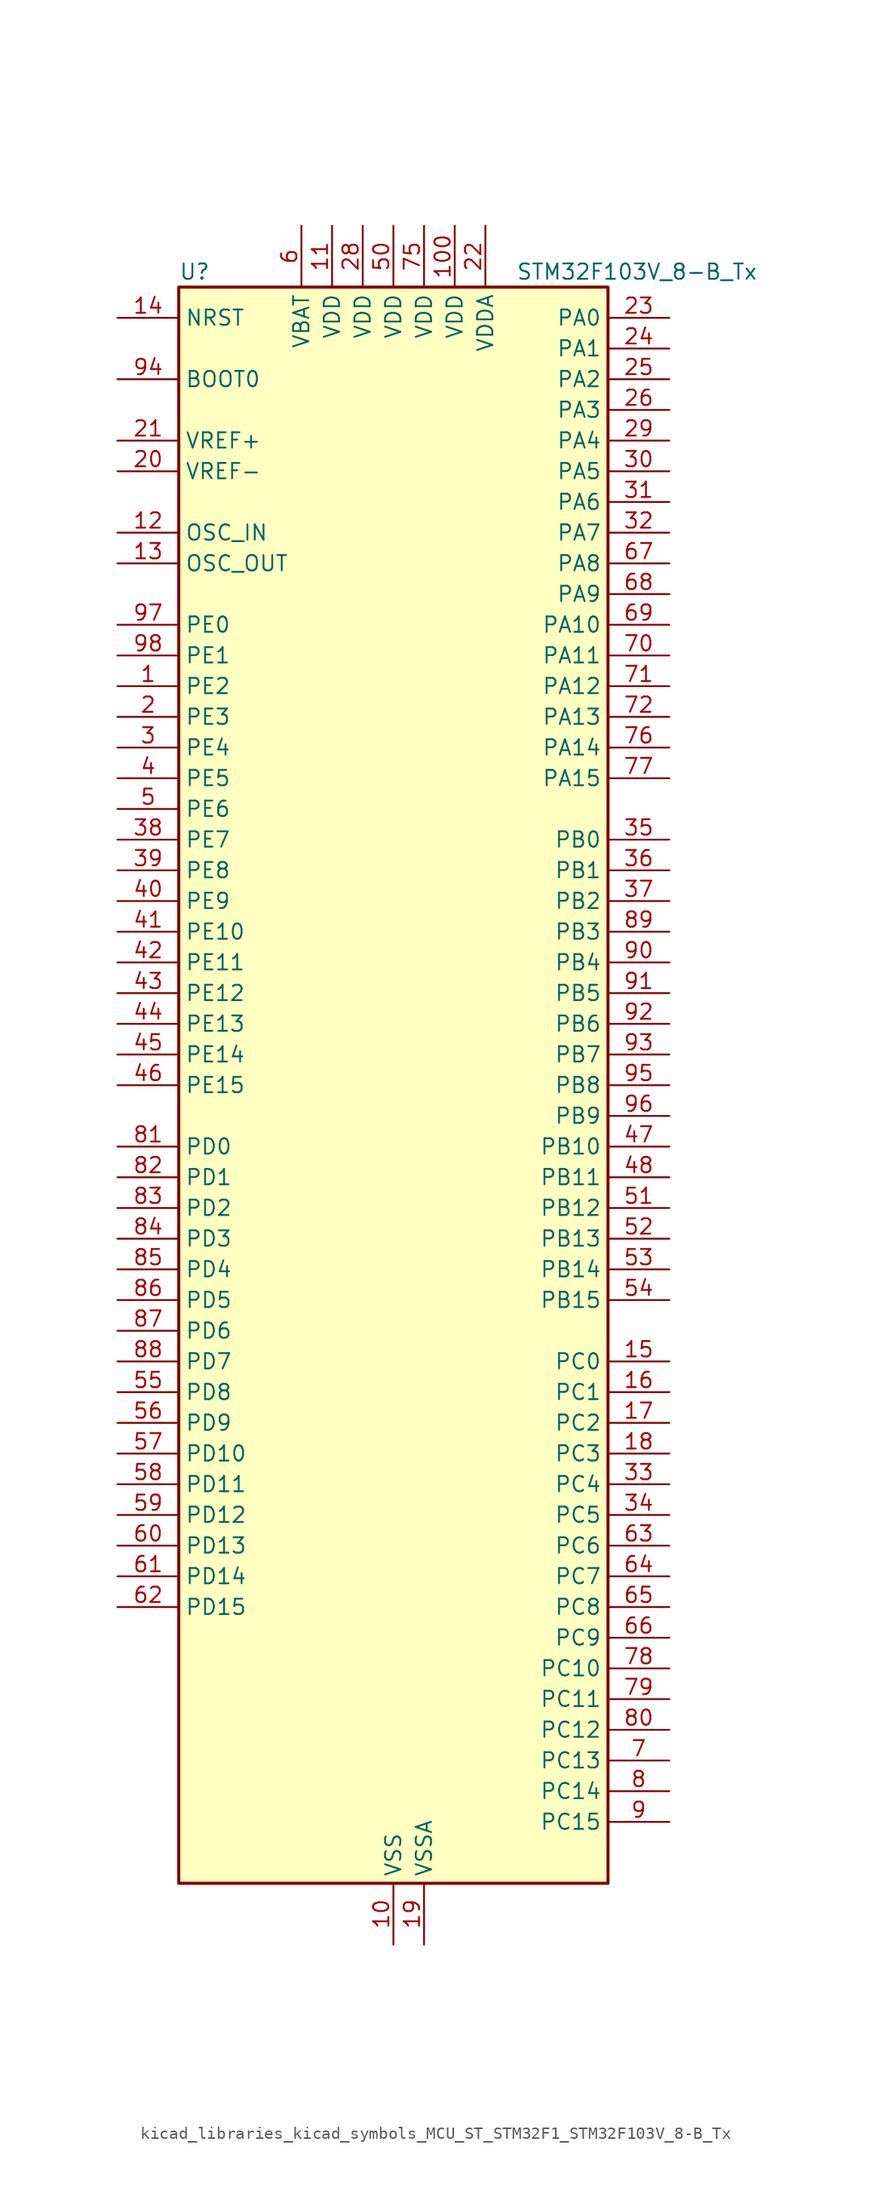
<source format=kicad_sym>
(kicad_symbol_lib
  (version 20220914)
  (generator kicad_symbol_editor)
  (symbol "kicad_libraries_kicad_symbols_MCU_ST_STM32F1_STM32F103V_8-B_Tx"
    (property "Reference" "U"
      (at -17.78 67.31 0)
      (effects (font (size 1.27 1.27)) (justify left)))
    (property "Value" "STM32F103V_8-B_Tx"
      (at 10.16 67.31 0)
      (effects (font (size 1.27 1.27)) (justify left)))
    (property "ki_locked" ""
      (at 0 0 0)
      (effects (font (size 1.27 1.27))))
    (symbol "kicad_libraries_kicad_symbols_MCU_ST_STM32F1_STM32F103V_8-B_Tx_0_1"
      (rectangle (start -17.78 -66.04) (end 17.78 66.04) (stroke (width 0.254) (type default)) (fill (type background))))
    (symbol "kicad_libraries_kicad_symbols_MCU_ST_STM32F1_STM32F103V_8-B_Tx_1_1"
      (pin bidirectional line (at -22.86 33.02 0) (length 5.08) (name "PE2" (effects (font (size 1.27 1.27)))) (number "1" (effects (font (size 1.27 1.27)))) (alternate "SYS_TRACECLK" bidirectional line))
      (pin power_in line (at 0 -71.12 90) (length 5.08) (name "VSS" (effects (font (size 1.27 1.27)))) (number "10" (effects (font (size 1.27 1.27)))))
      (pin power_in line (at 5.08 71.12 270) (length 5.08) (name "VDD" (effects (font (size 1.27 1.27)))) (number "100" (effects (font (size 1.27 1.27)))))
      (pin power_in line (at -5.08 71.12 270) (length 5.08) (name "VDD" (effects (font (size 1.27 1.27)))) (number "11" (effects (font (size 1.27 1.27)))))
      (pin input line (at -22.86 45.72 0) (length 5.08) (name "OSC_IN" (effects (font (size 1.27 1.27)))) (number "12" (effects (font (size 1.27 1.27)))) (alternate "RCC_OSC_IN" bidirectional line))
      (pin input line (at -22.86 43.18 0) (length 5.08) (name "OSC_OUT" (effects (font (size 1.27 1.27)))) (number "13" (effects (font (size 1.27 1.27)))) (alternate "RCC_OSC_OUT" bidirectional line))
      (pin input line (at -22.86 63.5 0) (length 5.08) (name "NRST" (effects (font (size 1.27 1.27)))) (number "14" (effects (font (size 1.27 1.27)))))
      (pin bidirectional line (at 22.86 -22.86 180) (length 5.08) (name "PC0" (effects (font (size 1.27 1.27)))) (number "15" (effects (font (size 1.27 1.27)))) (alternate "ADC1_IN10" bidirectional line) (alternate "ADC2_IN10" bidirectional line))
      (pin bidirectional line (at 22.86 -25.4 180) (length 5.08) (name "PC1" (effects (font (size 1.27 1.27)))) (number "16" (effects (font (size 1.27 1.27)))) (alternate "ADC1_IN11" bidirectional line) (alternate "ADC2_IN11" bidirectional line))
      (pin bidirectional line (at 22.86 -27.94 180) (length 5.08) (name "PC2" (effects (font (size 1.27 1.27)))) (number "17" (effects (font (size 1.27 1.27)))) (alternate "ADC1_IN12" bidirectional line) (alternate "ADC2_IN12" bidirectional line))
      (pin bidirectional line (at 22.86 -30.48 180) (length 5.08) (name "PC3" (effects (font (size 1.27 1.27)))) (number "18" (effects (font (size 1.27 1.27)))) (alternate "ADC1_IN13" bidirectional line) (alternate "ADC2_IN13" bidirectional line))
      (pin power_in line (at 2.54 -71.12 90) (length 5.08) (name "VSSA" (effects (font (size 1.27 1.27)))) (number "19" (effects (font (size 1.27 1.27)))))
      (pin bidirectional line (at -22.86 30.48 0) (length 5.08) (name "PE3" (effects (font (size 1.27 1.27)))) (number "2" (effects (font (size 1.27 1.27)))) (alternate "SYS_TRACED0" bidirectional line))
      (pin input line (at -22.86 50.8 0) (length 5.08) (name "VREF-" (effects (font (size 1.27 1.27)))) (number "20" (effects (font (size 1.27 1.27)))))
      (pin input line (at -22.86 53.34 0) (length 5.08) (name "VREF+" (effects (font (size 1.27 1.27)))) (number "21" (effects (font (size 1.27 1.27)))))
      (pin power_in line (at 7.62 71.12 270) (length 5.08) (name "VDDA" (effects (font (size 1.27 1.27)))) (number "22" (effects (font (size 1.27 1.27)))))
      (pin bidirectional line (at 22.86 63.5 180) (length 5.08) (name "PA0" (effects (font (size 1.27 1.27)))) (number "23" (effects (font (size 1.27 1.27)))) (alternate "ADC1_IN0" bidirectional line) (alternate "ADC2_IN0" bidirectional line) (alternate "SYS_WKUP" bidirectional line) (alternate "TIM2_CH1" bidirectional line) (alternate "TIM2_ETR" bidirectional line) (alternate "USART2_CTS" bidirectional line))
      (pin bidirectional line (at 22.86 60.96 180) (length 5.08) (name "PA1" (effects (font (size 1.27 1.27)))) (number "24" (effects (font (size 1.27 1.27)))) (alternate "ADC1_IN1" bidirectional line) (alternate "ADC2_IN1" bidirectional line) (alternate "TIM2_CH2" bidirectional line) (alternate "USART2_RTS" bidirectional line))
      (pin bidirectional line (at 22.86 58.42 180) (length 5.08) (name "PA2" (effects (font (size 1.27 1.27)))) (number "25" (effects (font (size 1.27 1.27)))) (alternate "ADC1_IN2" bidirectional line) (alternate "ADC2_IN2" bidirectional line) (alternate "TIM2_CH3" bidirectional line) (alternate "USART2_TX" bidirectional line))
      (pin bidirectional line (at 22.86 55.88 180) (length 5.08) (name "PA3" (effects (font (size 1.27 1.27)))) (number "26" (effects (font (size 1.27 1.27)))) (alternate "ADC1_IN3" bidirectional line) (alternate "ADC2_IN3" bidirectional line) (alternate "TIM2_CH4" bidirectional line) (alternate "USART2_RX" bidirectional line))
      (pin passive line (at 0 -71.12 90) (length 5.08) hide (name "VSS" (effects (font (size 1.27 1.27)))) (number "27" (effects (font (size 1.27 1.27)))))
      (pin power_in line (at -2.54 71.12 270) (length 5.08) (name "VDD" (effects (font (size 1.27 1.27)))) (number "28" (effects (font (size 1.27 1.27)))))
      (pin bidirectional line (at 22.86 53.34 180) (length 5.08) (name "PA4" (effects (font (size 1.27 1.27)))) (number "29" (effects (font (size 1.27 1.27)))) (alternate "ADC1_IN4" bidirectional line) (alternate "ADC2_IN4" bidirectional line) (alternate "SPI1_NSS" bidirectional line) (alternate "USART2_CK" bidirectional line))
      (pin bidirectional line (at -22.86 27.94 0) (length 5.08) (name "PE4" (effects (font (size 1.27 1.27)))) (number "3" (effects (font (size 1.27 1.27)))) (alternate "SYS_TRACED1" bidirectional line))
      (pin bidirectional line (at 22.86 50.8 180) (length 5.08) (name "PA5" (effects (font (size 1.27 1.27)))) (number "30" (effects (font (size 1.27 1.27)))) (alternate "ADC1_IN5" bidirectional line) (alternate "ADC2_IN5" bidirectional line) (alternate "SPI1_SCK" bidirectional line))
      (pin bidirectional line (at 22.86 48.26 180) (length 5.08) (name "PA6" (effects (font (size 1.27 1.27)))) (number "31" (effects (font (size 1.27 1.27)))) (alternate "ADC1_IN6" bidirectional line) (alternate "ADC2_IN6" bidirectional line) (alternate "SPI1_MISO" bidirectional line) (alternate "TIM1_BKIN" bidirectional line) (alternate "TIM3_CH1" bidirectional line))
      (pin bidirectional line (at 22.86 45.72 180) (length 5.08) (name "PA7" (effects (font (size 1.27 1.27)))) (number "32" (effects (font (size 1.27 1.27)))) (alternate "ADC1_IN7" bidirectional line) (alternate "ADC2_IN7" bidirectional line) (alternate "SPI1_MOSI" bidirectional line) (alternate "TIM1_CH1N" bidirectional line) (alternate "TIM3_CH2" bidirectional line))
      (pin bidirectional line (at 22.86 -33.02 180) (length 5.08) (name "PC4" (effects (font (size 1.27 1.27)))) (number "33" (effects (font (size 1.27 1.27)))) (alternate "ADC1_IN14" bidirectional line) (alternate "ADC2_IN14" bidirectional line))
      (pin bidirectional line (at 22.86 -35.56 180) (length 5.08) (name "PC5" (effects (font (size 1.27 1.27)))) (number "34" (effects (font (size 1.27 1.27)))) (alternate "ADC1_IN15" bidirectional line) (alternate "ADC2_IN15" bidirectional line))
      (pin bidirectional line (at 22.86 20.32 180) (length 5.08) (name "PB0" (effects (font (size 1.27 1.27)))) (number "35" (effects (font (size 1.27 1.27)))) (alternate "ADC1_IN8" bidirectional line) (alternate "ADC2_IN8" bidirectional line) (alternate "TIM1_CH2N" bidirectional line) (alternate "TIM3_CH3" bidirectional line))
      (pin bidirectional line (at 22.86 17.78 180) (length 5.08) (name "PB1" (effects (font (size 1.27 1.27)))) (number "36" (effects (font (size 1.27 1.27)))) (alternate "ADC1_IN9" bidirectional line) (alternate "ADC2_IN9" bidirectional line) (alternate "TIM1_CH3N" bidirectional line) (alternate "TIM3_CH4" bidirectional line))
      (pin bidirectional line (at 22.86 15.24 180) (length 5.08) (name "PB2" (effects (font (size 1.27 1.27)))) (number "37" (effects (font (size 1.27 1.27)))))
      (pin bidirectional line (at -22.86 20.32 0) (length 5.08) (name "PE7" (effects (font (size 1.27 1.27)))) (number "38" (effects (font (size 1.27 1.27)))) (alternate "TIM1_ETR" bidirectional line))
      (pin bidirectional line (at -22.86 17.78 0) (length 5.08) (name "PE8" (effects (font (size 1.27 1.27)))) (number "39" (effects (font (size 1.27 1.27)))) (alternate "TIM1_CH1N" bidirectional line))
      (pin bidirectional line (at -22.86 25.4 0) (length 5.08) (name "PE5" (effects (font (size 1.27 1.27)))) (number "4" (effects (font (size 1.27 1.27)))) (alternate "SYS_TRACED2" bidirectional line))
      (pin bidirectional line (at -22.86 15.24 0) (length 5.08) (name "PE9" (effects (font (size 1.27 1.27)))) (number "40" (effects (font (size 1.27 1.27)))) (alternate "TIM1_CH1" bidirectional line))
      (pin bidirectional line (at -22.86 12.7 0) (length 5.08) (name "PE10" (effects (font (size 1.27 1.27)))) (number "41" (effects (font (size 1.27 1.27)))) (alternate "TIM1_CH2N" bidirectional line))
      (pin bidirectional line (at -22.86 10.16 0) (length 5.08) (name "PE11" (effects (font (size 1.27 1.27)))) (number "42" (effects (font (size 1.27 1.27)))) (alternate "ADC1_EXTI11" bidirectional line) (alternate "ADC2_EXTI11" bidirectional line) (alternate "TIM1_CH2" bidirectional line))
      (pin bidirectional line (at -22.86 7.62 0) (length 5.08) (name "PE12" (effects (font (size 1.27 1.27)))) (number "43" (effects (font (size 1.27 1.27)))) (alternate "TIM1_CH3N" bidirectional line))
      (pin bidirectional line (at -22.86 5.08 0) (length 5.08) (name "PE13" (effects (font (size 1.27 1.27)))) (number "44" (effects (font (size 1.27 1.27)))) (alternate "TIM1_CH3" bidirectional line))
      (pin bidirectional line (at -22.86 2.54 0) (length 5.08) (name "PE14" (effects (font (size 1.27 1.27)))) (number "45" (effects (font (size 1.27 1.27)))) (alternate "TIM1_CH4" bidirectional line))
      (pin bidirectional line (at -22.86 0 0) (length 5.08) (name "PE15" (effects (font (size 1.27 1.27)))) (number "46" (effects (font (size 1.27 1.27)))) (alternate "ADC1_EXTI15" bidirectional line) (alternate "ADC2_EXTI15" bidirectional line) (alternate "TIM1_BKIN" bidirectional line))
      (pin bidirectional line (at 22.86 -5.08 180) (length 5.08) (name "PB10" (effects (font (size 1.27 1.27)))) (number "47" (effects (font (size 1.27 1.27)))) (alternate "I2C2_SCL" bidirectional line) (alternate "TIM2_CH3" bidirectional line) (alternate "USART3_TX" bidirectional line))
      (pin bidirectional line (at 22.86 -7.62 180) (length 5.08) (name "PB11" (effects (font (size 1.27 1.27)))) (number "48" (effects (font (size 1.27 1.27)))) (alternate "ADC1_EXTI11" bidirectional line) (alternate "ADC2_EXTI11" bidirectional line) (alternate "I2C2_SDA" bidirectional line) (alternate "TIM2_CH4" bidirectional line) (alternate "USART3_RX" bidirectional line))
      (pin passive line (at 0 -71.12 90) (length 5.08) hide (name "VSS" (effects (font (size 1.27 1.27)))) (number "49" (effects (font (size 1.27 1.27)))))
      (pin bidirectional line (at -22.86 22.86 0) (length 5.08) (name "PE6" (effects (font (size 1.27 1.27)))) (number "5" (effects (font (size 1.27 1.27)))) (alternate "SYS_TRACED3" bidirectional line))
      (pin power_in line (at 0 71.12 270) (length 5.08) (name "VDD" (effects (font (size 1.27 1.27)))) (number "50" (effects (font (size 1.27 1.27)))))
      (pin bidirectional line (at 22.86 -10.16 180) (length 5.08) (name "PB12" (effects (font (size 1.27 1.27)))) (number "51" (effects (font (size 1.27 1.27)))) (alternate "I2C2_SMBA" bidirectional line) (alternate "SPI2_NSS" bidirectional line) (alternate "TIM1_BKIN" bidirectional line) (alternate "USART3_CK" bidirectional line))
      (pin bidirectional line (at 22.86 -12.7 180) (length 5.08) (name "PB13" (effects (font (size 1.27 1.27)))) (number "52" (effects (font (size 1.27 1.27)))) (alternate "SPI2_SCK" bidirectional line) (alternate "TIM1_CH1N" bidirectional line) (alternate "USART3_CTS" bidirectional line))
      (pin bidirectional line (at 22.86 -15.24 180) (length 5.08) (name "PB14" (effects (font (size 1.27 1.27)))) (number "53" (effects (font (size 1.27 1.27)))) (alternate "SPI2_MISO" bidirectional line) (alternate "TIM1_CH2N" bidirectional line) (alternate "USART3_RTS" bidirectional line))
      (pin bidirectional line (at 22.86 -17.78 180) (length 5.08) (name "PB15" (effects (font (size 1.27 1.27)))) (number "54" (effects (font (size 1.27 1.27)))) (alternate "ADC1_EXTI15" bidirectional line) (alternate "ADC2_EXTI15" bidirectional line) (alternate "SPI2_MOSI" bidirectional line) (alternate "TIM1_CH3N" bidirectional line))
      (pin bidirectional line (at -22.86 -25.4 0) (length 5.08) (name "PD8" (effects (font (size 1.27 1.27)))) (number "55" (effects (font (size 1.27 1.27)))) (alternate "USART3_TX" bidirectional line))
      (pin bidirectional line (at -22.86 -27.94 0) (length 5.08) (name "PD9" (effects (font (size 1.27 1.27)))) (number "56" (effects (font (size 1.27 1.27)))) (alternate "USART3_RX" bidirectional line))
      (pin bidirectional line (at -22.86 -30.48 0) (length 5.08) (name "PD10" (effects (font (size 1.27 1.27)))) (number "57" (effects (font (size 1.27 1.27)))) (alternate "USART3_CK" bidirectional line))
      (pin bidirectional line (at -22.86 -33.02 0) (length 5.08) (name "PD11" (effects (font (size 1.27 1.27)))) (number "58" (effects (font (size 1.27 1.27)))) (alternate "ADC1_EXTI11" bidirectional line) (alternate "ADC2_EXTI11" bidirectional line) (alternate "USART3_CTS" bidirectional line))
      (pin bidirectional line (at -22.86 -35.56 0) (length 5.08) (name "PD12" (effects (font (size 1.27 1.27)))) (number "59" (effects (font (size 1.27 1.27)))) (alternate "TIM4_CH1" bidirectional line) (alternate "USART3_RTS" bidirectional line))
      (pin power_in line (at -7.62 71.12 270) (length 5.08) (name "VBAT" (effects (font (size 1.27 1.27)))) (number "6" (effects (font (size 1.27 1.27)))))
      (pin bidirectional line (at -22.86 -38.1 0) (length 5.08) (name "PD13" (effects (font (size 1.27 1.27)))) (number "60" (effects (font (size 1.27 1.27)))) (alternate "TIM4_CH2" bidirectional line))
      (pin bidirectional line (at -22.86 -40.64 0) (length 5.08) (name "PD14" (effects (font (size 1.27 1.27)))) (number "61" (effects (font (size 1.27 1.27)))) (alternate "TIM4_CH3" bidirectional line))
      (pin bidirectional line (at -22.86 -43.18 0) (length 5.08) (name "PD15" (effects (font (size 1.27 1.27)))) (number "62" (effects (font (size 1.27 1.27)))) (alternate "ADC1_EXTI15" bidirectional line) (alternate "ADC2_EXTI15" bidirectional line) (alternate "TIM4_CH4" bidirectional line))
      (pin bidirectional line (at 22.86 -38.1 180) (length 5.08) (name "PC6" (effects (font (size 1.27 1.27)))) (number "63" (effects (font (size 1.27 1.27)))) (alternate "TIM3_CH1" bidirectional line))
      (pin bidirectional line (at 22.86 -40.64 180) (length 5.08) (name "PC7" (effects (font (size 1.27 1.27)))) (number "64" (effects (font (size 1.27 1.27)))) (alternate "TIM3_CH2" bidirectional line))
      (pin bidirectional line (at 22.86 -43.18 180) (length 5.08) (name "PC8" (effects (font (size 1.27 1.27)))) (number "65" (effects (font (size 1.27 1.27)))) (alternate "TIM3_CH3" bidirectional line))
      (pin bidirectional line (at 22.86 -45.72 180) (length 5.08) (name "PC9" (effects (font (size 1.27 1.27)))) (number "66" (effects (font (size 1.27 1.27)))) (alternate "TIM3_CH4" bidirectional line))
      (pin bidirectional line (at 22.86 43.18 180) (length 5.08) (name "PA8" (effects (font (size 1.27 1.27)))) (number "67" (effects (font (size 1.27 1.27)))) (alternate "RCC_MCO" bidirectional line) (alternate "TIM1_CH1" bidirectional line) (alternate "USART1_CK" bidirectional line))
      (pin bidirectional line (at 22.86 40.64 180) (length 5.08) (name "PA9" (effects (font (size 1.27 1.27)))) (number "68" (effects (font (size 1.27 1.27)))) (alternate "TIM1_CH2" bidirectional line) (alternate "USART1_TX" bidirectional line))
      (pin bidirectional line (at 22.86 38.1 180) (length 5.08) (name "PA10" (effects (font (size 1.27 1.27)))) (number "69" (effects (font (size 1.27 1.27)))) (alternate "TIM1_CH3" bidirectional line) (alternate "USART1_RX" bidirectional line))
      (pin bidirectional line (at 22.86 -55.88 180) (length 5.08) (name "PC13" (effects (font (size 1.27 1.27)))) (number "7" (effects (font (size 1.27 1.27)))) (alternate "RTC_OUT" bidirectional line) (alternate "RTC_TAMPER" bidirectional line))
      (pin bidirectional line (at 22.86 35.56 180) (length 5.08) (name "PA11" (effects (font (size 1.27 1.27)))) (number "70" (effects (font (size 1.27 1.27)))) (alternate "ADC1_EXTI11" bidirectional line) (alternate "ADC2_EXTI11" bidirectional line) (alternate "CAN_RX" bidirectional line) (alternate "TIM1_CH4" bidirectional line) (alternate "USART1_CTS" bidirectional line) (alternate "USB_DM" bidirectional line))
      (pin bidirectional line (at 22.86 33.02 180) (length 5.08) (name "PA12" (effects (font (size 1.27 1.27)))) (number "71" (effects (font (size 1.27 1.27)))) (alternate "CAN_TX" bidirectional line) (alternate "TIM1_ETR" bidirectional line) (alternate "USART1_RTS" bidirectional line) (alternate "USB_DP" bidirectional line))
      (pin bidirectional line (at 22.86 30.48 180) (length 5.08) (name "PA13" (effects (font (size 1.27 1.27)))) (number "72" (effects (font (size 1.27 1.27)))) (alternate "SYS_JTMS-SWDIO" bidirectional line))
      (pin no_connect line (at -17.78 -66.04 0) (length 5.08) hide (name "NC" (effects (font (size 1.27 1.27)))) (number "73" (effects (font (size 1.27 1.27)))))
      (pin passive line (at 0 -71.12 90) (length 5.08) hide (name "VSS" (effects (font (size 1.27 1.27)))) (number "74" (effects (font (size 1.27 1.27)))))
      (pin power_in line (at 2.54 71.12 270) (length 5.08) (name "VDD" (effects (font (size 1.27 1.27)))) (number "75" (effects (font (size 1.27 1.27)))))
      (pin bidirectional line (at 22.86 27.94 180) (length 5.08) (name "PA14" (effects (font (size 1.27 1.27)))) (number "76" (effects (font (size 1.27 1.27)))) (alternate "SYS_JTCK-SWCLK" bidirectional line))
      (pin bidirectional line (at 22.86 25.4 180) (length 5.08) (name "PA15" (effects (font (size 1.27 1.27)))) (number "77" (effects (font (size 1.27 1.27)))) (alternate "ADC1_EXTI15" bidirectional line) (alternate "ADC2_EXTI15" bidirectional line) (alternate "SPI1_NSS" bidirectional line) (alternate "SYS_JTDI" bidirectional line) (alternate "TIM2_CH1" bidirectional line) (alternate "TIM2_ETR" bidirectional line))
      (pin bidirectional line (at 22.86 -48.26 180) (length 5.08) (name "PC10" (effects (font (size 1.27 1.27)))) (number "78" (effects (font (size 1.27 1.27)))) (alternate "USART3_TX" bidirectional line))
      (pin bidirectional line (at 22.86 -50.8 180) (length 5.08) (name "PC11" (effects (font (size 1.27 1.27)))) (number "79" (effects (font (size 1.27 1.27)))) (alternate "ADC1_EXTI11" bidirectional line) (alternate "ADC2_EXTI11" bidirectional line) (alternate "USART3_RX" bidirectional line))
      (pin bidirectional line (at 22.86 -58.42 180) (length 5.08) (name "PC14" (effects (font (size 1.27 1.27)))) (number "8" (effects (font (size 1.27 1.27)))) (alternate "RCC_OSC32_IN" bidirectional line))
      (pin bidirectional line (at 22.86 -53.34 180) (length 5.08) (name "PC12" (effects (font (size 1.27 1.27)))) (number "80" (effects (font (size 1.27 1.27)))) (alternate "USART3_CK" bidirectional line))
      (pin bidirectional line (at -22.86 -5.08 0) (length 5.08) (name "PD0" (effects (font (size 1.27 1.27)))) (number "81" (effects (font (size 1.27 1.27)))) (alternate "CAN_RX" bidirectional line))
      (pin bidirectional line (at -22.86 -7.62 0) (length 5.08) (name "PD1" (effects (font (size 1.27 1.27)))) (number "82" (effects (font (size 1.27 1.27)))) (alternate "CAN_TX" bidirectional line))
      (pin bidirectional line (at -22.86 -10.16 0) (length 5.08) (name "PD2" (effects (font (size 1.27 1.27)))) (number "83" (effects (font (size 1.27 1.27)))) (alternate "TIM3_ETR" bidirectional line))
      (pin bidirectional line (at -22.86 -12.7 0) (length 5.08) (name "PD3" (effects (font (size 1.27 1.27)))) (number "84" (effects (font (size 1.27 1.27)))) (alternate "USART2_CTS" bidirectional line))
      (pin bidirectional line (at -22.86 -15.24 0) (length 5.08) (name "PD4" (effects (font (size 1.27 1.27)))) (number "85" (effects (font (size 1.27 1.27)))) (alternate "USART2_RTS" bidirectional line))
      (pin bidirectional line (at -22.86 -17.78 0) (length 5.08) (name "PD5" (effects (font (size 1.27 1.27)))) (number "86" (effects (font (size 1.27 1.27)))) (alternate "USART2_TX" bidirectional line))
      (pin bidirectional line (at -22.86 -20.32 0) (length 5.08) (name "PD6" (effects (font (size 1.27 1.27)))) (number "87" (effects (font (size 1.27 1.27)))) (alternate "USART2_RX" bidirectional line))
      (pin bidirectional line (at -22.86 -22.86 0) (length 5.08) (name "PD7" (effects (font (size 1.27 1.27)))) (number "88" (effects (font (size 1.27 1.27)))) (alternate "USART2_CK" bidirectional line))
      (pin bidirectional line (at 22.86 12.7 180) (length 5.08) (name "PB3" (effects (font (size 1.27 1.27)))) (number "89" (effects (font (size 1.27 1.27)))) (alternate "SPI1_SCK" bidirectional line) (alternate "SYS_JTDO-TRACESWO" bidirectional line) (alternate "TIM2_CH2" bidirectional line))
      (pin bidirectional line (at 22.86 -60.96 180) (length 5.08) (name "PC15" (effects (font (size 1.27 1.27)))) (number "9" (effects (font (size 1.27 1.27)))) (alternate "ADC1_EXTI15" bidirectional line) (alternate "ADC2_EXTI15" bidirectional line) (alternate "RCC_OSC32_OUT" bidirectional line))
      (pin bidirectional line (at 22.86 10.16 180) (length 5.08) (name "PB4" (effects (font (size 1.27 1.27)))) (number "90" (effects (font (size 1.27 1.27)))) (alternate "SPI1_MISO" bidirectional line) (alternate "SYS_NJTRST" bidirectional line) (alternate "TIM3_CH1" bidirectional line))
      (pin bidirectional line (at 22.86 7.62 180) (length 5.08) (name "PB5" (effects (font (size 1.27 1.27)))) (number "91" (effects (font (size 1.27 1.27)))) (alternate "I2C1_SMBA" bidirectional line) (alternate "SPI1_MOSI" bidirectional line) (alternate "TIM3_CH2" bidirectional line))
      (pin bidirectional line (at 22.86 5.08 180) (length 5.08) (name "PB6" (effects (font (size 1.27 1.27)))) (number "92" (effects (font (size 1.27 1.27)))) (alternate "I2C1_SCL" bidirectional line) (alternate "TIM4_CH1" bidirectional line) (alternate "USART1_TX" bidirectional line))
      (pin bidirectional line (at 22.86 2.54 180) (length 5.08) (name "PB7" (effects (font (size 1.27 1.27)))) (number "93" (effects (font (size 1.27 1.27)))) (alternate "I2C1_SDA" bidirectional line) (alternate "TIM4_CH2" bidirectional line) (alternate "USART1_RX" bidirectional line))
      (pin input line (at -22.86 58.42 0) (length 5.08) (name "BOOT0" (effects (font (size 1.27 1.27)))) (number "94" (effects (font (size 1.27 1.27)))))
      (pin bidirectional line (at 22.86 0 180) (length 5.08) (name "PB8" (effects (font (size 1.27 1.27)))) (number "95" (effects (font (size 1.27 1.27)))) (alternate "CAN_RX" bidirectional line) (alternate "I2C1_SCL" bidirectional line) (alternate "TIM4_CH3" bidirectional line))
      (pin bidirectional line (at 22.86 -2.54 180) (length 5.08) (name "PB9" (effects (font (size 1.27 1.27)))) (number "96" (effects (font (size 1.27 1.27)))) (alternate "CAN_TX" bidirectional line) (alternate "I2C1_SDA" bidirectional line) (alternate "TIM4_CH4" bidirectional line))
      (pin bidirectional line (at -22.86 38.1 0) (length 5.08) (name "PE0" (effects (font (size 1.27 1.27)))) (number "97" (effects (font (size 1.27 1.27)))) (alternate "TIM4_ETR" bidirectional line))
      (pin bidirectional line (at -22.86 35.56 0) (length 5.08) (name "PE1" (effects (font (size 1.27 1.27)))) (number "98" (effects (font (size 1.27 1.27)))))
      (pin passive line (at 0 -71.12 90) (length 5.08) hide (name "VSS" (effects (font (size 1.27 1.27)))) (number "99" (effects (font (size 1.27 1.27))))))))
</source>
